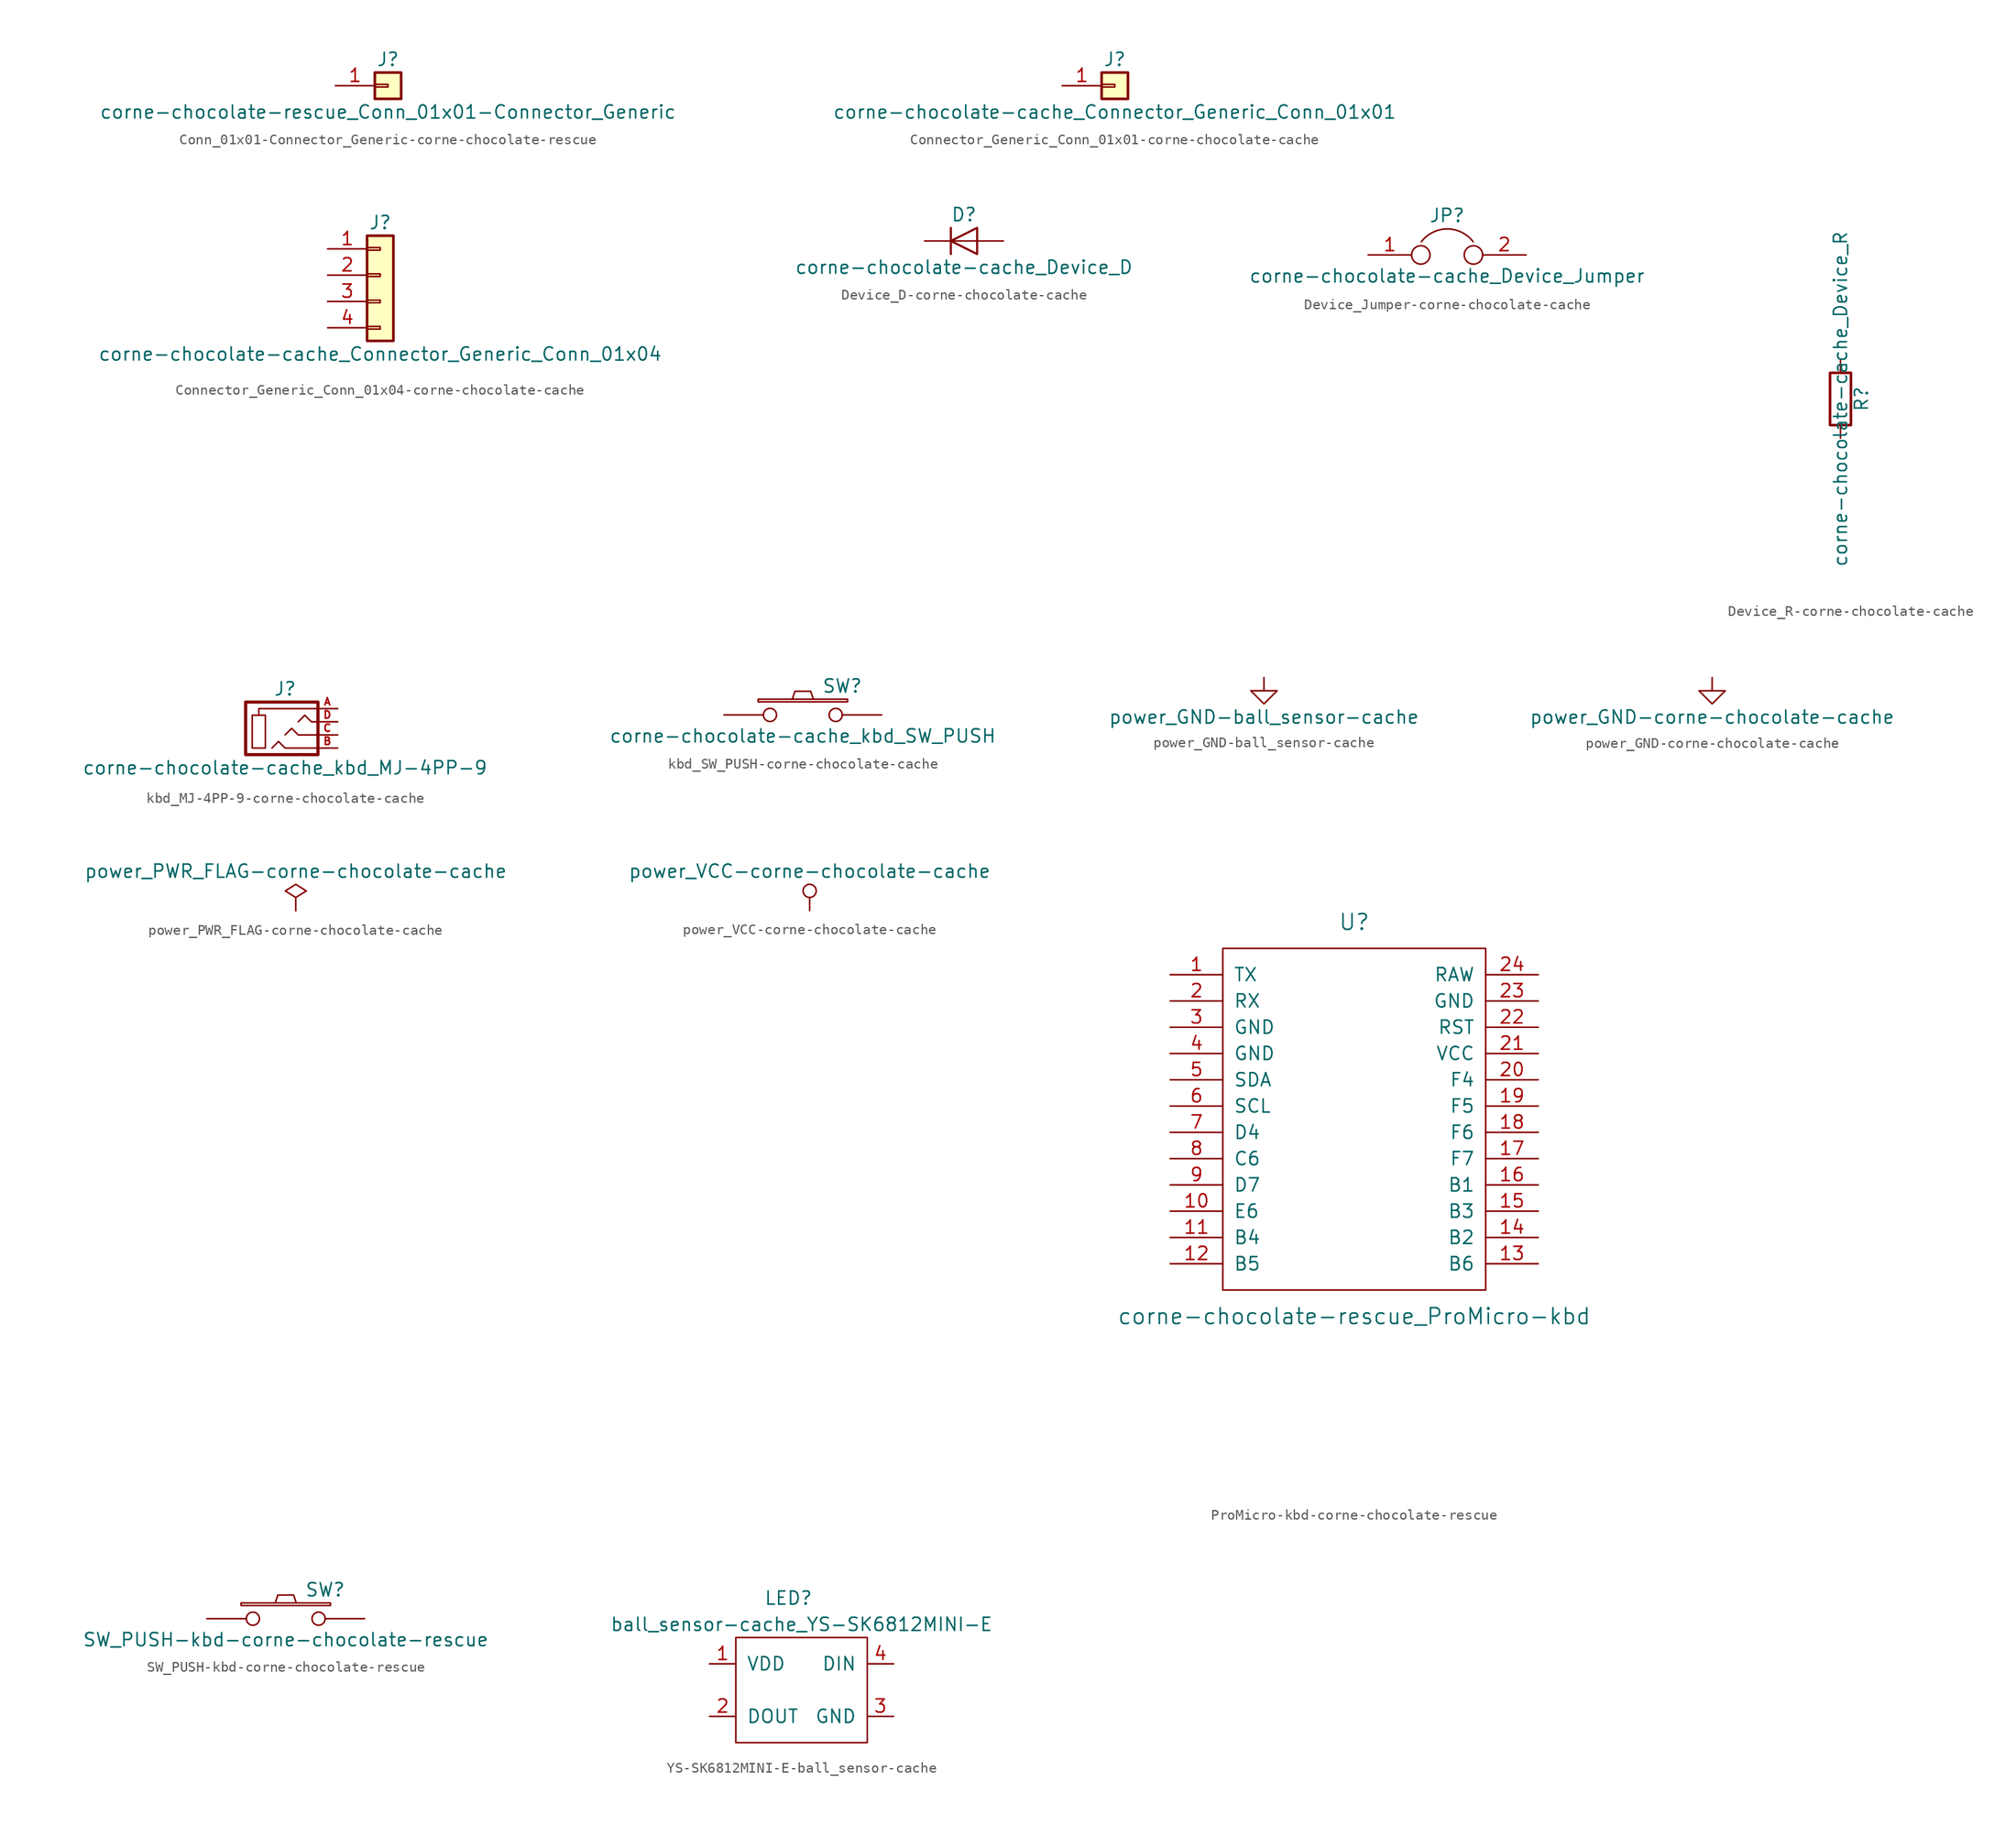
<source format=kicad_sym>
(kicad_symbol_lib
  (version 20220914)
  (generator kicad_symbol_editor)
  (symbol "Conn_01x01-Connector_Generic-corne-chocolate-rescue"
    (pin_names
      (offset 1.016) hide)
    (property "Reference" "J"
      (at 0 2.54 0)
      (effects (font (size 1.27 1.27))))
    (property "Value" "corne-chocolate-rescue_Conn_01x01-Connector_Generic"
      (at 0 -2.54 0)
      (effects (font (size 1.27 1.27))))
    (symbol "Conn_01x01-Connector_Generic-corne-chocolate-rescue_1_1"
      (rectangle (start -1.27 0.127) (end 0 -0.127) (stroke (width 0.152) (type solid)) (fill (type none)))
      (rectangle (start -1.27 1.27) (end 1.27 -1.27) (stroke (width 0.254) (type solid)) (fill (type background)))
      (pin passive line (at -5.08 0 0) (length 3.81) (name "Pin_1" (effects (font (size 1.27 1.27)))) (number "1" (effects (font (size 1.27 1.27)))))))
  (symbol "Connector_Generic_Conn_01x01-corne-chocolate-cache"
    (pin_names
      (offset 1.016) hide)
    (property "Reference" "J"
      (at 0 2.54 0)
      (effects (font (size 1.27 1.27))))
    (property "Value" "corne-chocolate-cache_Connector_Generic_Conn_01x01"
      (at 0 -2.54 0)
      (effects (font (size 1.27 1.27))))
    (symbol "Connector_Generic_Conn_01x01-corne-chocolate-cache_1_1"
      (rectangle (start -1.27 0.127) (end 0 -0.127) (stroke (width 0.152) (type solid)) (fill (type none)))
      (rectangle (start -1.27 1.27) (end 1.27 -1.27) (stroke (width 0.254) (type solid)) (fill (type background)))
      (pin passive line (at -5.08 0 0) (length 3.81) (name "Pin_1" (effects (font (size 1.27 1.27)))) (number "1" (effects (font (size 1.27 1.27)))))))
  (symbol "Connector_Generic_Conn_01x04-corne-chocolate-cache"
    (pin_names
      (offset 1.016) hide)
    (property "Reference" "J"
      (at 0 5.08 0)
      (effects (font (size 1.27 1.27))))
    (property "Value" "corne-chocolate-cache_Connector_Generic_Conn_01x04"
      (at 0 -7.62 0)
      (effects (font (size 1.27 1.27))))
    (symbol "Connector_Generic_Conn_01x04-corne-chocolate-cache_1_1"
      (rectangle (start -1.27 -4.953) (end 0 -5.207) (stroke (width 0.152) (type solid)) (fill (type none)))
      (rectangle (start -1.27 -2.413) (end 0 -2.667) (stroke (width 0.152) (type solid)) (fill (type none)))
      (rectangle (start -1.27 0.127) (end 0 -0.127) (stroke (width 0.152) (type solid)) (fill (type none)))
      (rectangle (start -1.27 2.667) (end 0 2.413) (stroke (width 0.152) (type solid)) (fill (type none)))
      (rectangle (start -1.27 3.81) (end 1.27 -6.35) (stroke (width 0.254) (type solid)) (fill (type background)))
      (pin passive line (at -5.08 2.54 0) (length 3.81) (name "Pin_1" (effects (font (size 1.27 1.27)))) (number "1" (effects (font (size 1.27 1.27)))))
      (pin passive line (at -5.08 0 0) (length 3.81) (name "Pin_2" (effects (font (size 1.27 1.27)))) (number "2" (effects (font (size 1.27 1.27)))))
      (pin passive line (at -5.08 -2.54 0) (length 3.81) (name "Pin_3" (effects (font (size 1.27 1.27)))) (number "3" (effects (font (size 1.27 1.27)))))
      (pin passive line (at -5.08 -5.08 0) (length 3.81) (name "Pin_4" (effects (font (size 1.27 1.27)))) (number "4" (effects (font (size 1.27 1.27)))))))
  (symbol "Device_D-corne-chocolate-cache"
    (pin_numbers hide)
    (pin_names
      (offset 1.016) hide)
    (property "Reference" "D"
      (at 0 2.54 0)
      (effects (font (size 1.27 1.27))))
    (property "Value" "corne-chocolate-cache_Device_D"
      (at 0 -2.54 0)
      (effects (font (size 1.27 1.27))))
    (symbol "Device_D-corne-chocolate-cache_0_1"
      (polyline (pts (xy -1.27 1.27) (xy -1.27 -1.27)) (stroke (width 0.203) (type solid)) (fill (type none)))
      (polyline (pts (xy 1.27 0) (xy -1.27 0)) (stroke (width 0) (type solid)) (fill (type none)))
      (polyline (pts (xy 1.27 1.27) (xy 1.27 -1.27) (xy -1.27 0) (xy 1.27 1.27)) (stroke (width 0.203) (type solid)) (fill (type none))))
    (symbol "Device_D-corne-chocolate-cache_1_1"
      (pin passive line (at -3.81 0 0) (length 2.54) (name "K" (effects (font (size 1.27 1.27)))) (number "1" (effects (font (size 1.27 1.27)))))
      (pin passive line (at 3.81 0 180) (length 2.54) (name "A" (effects (font (size 1.27 1.27)))) (number "2" (effects (font (size 1.27 1.27)))))))
  (symbol "Device_Jumper-corne-chocolate-cache"
    (pin_names
      (offset 0.762) hide)
    (property "Reference" "JP"
      (at 0 3.81 0)
      (effects (font (size 1.27 1.27))))
    (property "Value" "corne-chocolate-cache_Device_Jumper"
      (at 0 -2.032 0)
      (effects (font (size 1.27 1.27))))
    (symbol "Device_Jumper-corne-chocolate-cache_0_1"
      (circle (center -2.54 0) (radius 0.889) (stroke (width 0) (type solid)) (fill (type none)))
      (arc (start 2.5146 1.27) (mid 0.0078 2.5097) (end -2.4892 1.27) (stroke (width 0) (type solid)) (fill (type none)))
      (circle (center 2.54 0) (radius 0.889) (stroke (width 0) (type solid)) (fill (type none)))
      (pin passive line (at -7.62 0 0) (length 4.191) (name "1" (effects (font (size 1.27 1.27)))) (number "1" (effects (font (size 1.27 1.27)))))
      (pin passive line (at 7.62 0 180) (length 4.191) (name "2" (effects (font (size 1.27 1.27)))) (number "2" (effects (font (size 1.27 1.27)))))))
  (symbol "Device_R-corne-chocolate-cache"
    (pin_numbers hide)
    (pin_names
      (offset 0))
    (property "Reference" "R"
      (at 2.032 0 90)
      (effects (font (size 1.27 1.27))))
    (property "Value" "corne-chocolate-cache_Device_R"
      (at 0 0 90)
      (effects (font (size 1.27 1.27))))
    (symbol "Device_R-corne-chocolate-cache_0_1"
      (rectangle (start -1.016 -2.54) (end 1.016 2.54) (stroke (width 0.254) (type solid)) (fill (type none))))
    (symbol "Device_R-corne-chocolate-cache_1_1"
      (pin passive line (at 0 3.81 270) (length 1.27) (name "~" (effects (font (size 1.27 1.27)))) (number "1" (effects (font (size 1.27 1.27)))))
      (pin passive line (at 0 -3.81 90) (length 1.27) (name "~" (effects (font (size 1.27 1.27)))) (number "2" (effects (font (size 1.27 1.27)))))))
  (symbol "kbd_MJ-4PP-9-corne-chocolate-cache"
    (pin_names
      (offset 1.016))
    (property "Reference" "J"
      (at 0 3.81 0)
      (effects (font (size 1.27 1.27))))
    (property "Value" "corne-chocolate-cache_kbd_MJ-4PP-9"
      (at 0 -3.81 0)
      (effects (font (size 1.27 1.27))))
    (symbol "kbd_MJ-4PP-9-corne-chocolate-cache_0_1"
      (rectangle (start -1.905 -1.905) (end -3.175 1.27) (stroke (width 0) (type solid)) (fill (type none)))
      (polyline (pts (xy -2.54 1.27) (xy -2.54 1.905) (xy 3.175 1.905)) (stroke (width 0) (type solid)) (fill (type none)))
      (polyline (pts (xy -1.27 -1.905) (xy -0.635 -1.27) (xy 0 -1.905) (xy 3.175 -1.905)) (stroke (width 0) (type solid)) (fill (type none)))
      (polyline (pts (xy 0 -0.635) (xy 0.635 0) (xy 1.27 -0.635) (xy 3.175 -0.635)) (stroke (width 0) (type solid)) (fill (type none)))
      (polyline (pts (xy 1.27 0.635) (xy 1.905 1.27) (xy 2.54 0.635) (xy 3.175 0.635)) (stroke (width 0) (type solid)) (fill (type none)))
      (rectangle (start 3.175 2.54) (end -3.81 -2.54) (stroke (width 0.305) (type solid)) (fill (type none))))
    (symbol "kbd_MJ-4PP-9-corne-chocolate-cache_1_1"
      (pin input line (at 5.08 1.905 180) (length 2.007) (name "~" (effects (font (size 0.508 0.508)))) (number "A" (effects (font (size 0.711 0.711)))))
      (pin input line (at 5.08 -1.905 180) (length 2.007) (name "~" (effects (font (size 0.508 0.508)))) (number "B" (effects (font (size 0.711 0.711)))))
      (pin input line (at 5.08 -0.635 180) (length 2.007) (name "~" (effects (font (size 0.508 0.508)))) (number "C" (effects (font (size 0.711 0.711)))))
      (pin input line (at 5.08 0.635 180) (length 2.007) (name "~" (effects (font (size 0.508 0.508)))) (number "D" (effects (font (size 0.711 0.711)))))))
  (symbol "kbd_SW_PUSH-corne-chocolate-cache"
    (pin_numbers hide)
    (pin_names
      (offset 1.016) hide)
    (property "Reference" "SW"
      (at 3.81 2.794 0)
      (effects (font (size 1.27 1.27))))
    (property "Value" "corne-chocolate-cache_kbd_SW_PUSH"
      (at 0 -2.032 0)
      (effects (font (size 1.27 1.27))))
    (property "Footprint" ""
      (at 0 0 0)
      (effects (font (size 1.27 1.27))))
    (property "Datasheet" ""
      (at 0 0 0)
      (effects (font (size 1.27 1.27))))
    (symbol "kbd_SW_PUSH-corne-chocolate-cache_0_1"
      (rectangle (start -4.318 1.27) (end 4.318 1.524) (stroke (width 0) (type solid)) (fill (type none)))
      (polyline (pts (xy -1.016 1.524) (xy -0.762 2.286) (xy 0.762 2.286) (xy 1.016 1.524)) (stroke (width 0) (type solid)) (fill (type none)))
      (pin passive inverted (at -7.62 0 0) (length 5.08) (name "1" (effects (font (size 1.27 1.27)))) (number "1" (effects (font (size 1.27 1.27)))))
      (pin passive inverted (at 7.62 0 180) (length 5.08) (name "2" (effects (font (size 1.27 1.27)))) (number "2" (effects (font (size 1.27 1.27)))))))
  (symbol "power_GND-ball_sensor-cache"
    (power)
    (pin_names
      (offset 0))
    (property "Reference" "#PWR"
      (at 0 -6.35 0)
      (effects (font (size 1.27 1.27)) hide))
    (property "Value" "power_GND-ball_sensor-cache"
      (at 0 -3.81 0)
      (effects (font (size 1.27 1.27))))
    (symbol "power_GND-ball_sensor-cache_0_1"
      (polyline (pts (xy 0 0) (xy 0 -1.27) (xy 1.27 -1.27) (xy 0 -2.54) (xy -1.27 -1.27) (xy 0 -1.27)) (stroke (width 0) (type solid)) (fill (type none))))
    (symbol "power_GND-ball_sensor-cache_1_1"
      (pin power_in line (at 0 0 270) (length 0) hide (name "GND" (effects (font (size 1.27 1.27)))) (number "1" (effects (font (size 1.27 1.27)))))))
  (symbol "power_GND-corne-chocolate-cache"
    (power)
    (pin_names
      (offset 0))
    (property "Reference" "#PWR"
      (at 0 -6.35 0)
      (effects (font (size 1.27 1.27)) hide))
    (property "Value" "power_GND-corne-chocolate-cache"
      (at 0 -3.81 0)
      (effects (font (size 1.27 1.27))))
    (symbol "power_GND-corne-chocolate-cache_0_1"
      (polyline (pts (xy 0 0) (xy 0 -1.27) (xy 1.27 -1.27) (xy 0 -2.54) (xy -1.27 -1.27) (xy 0 -1.27)) (stroke (width 0) (type solid)) (fill (type none))))
    (symbol "power_GND-corne-chocolate-cache_1_1"
      (pin power_in line (at 0 0 270) (length 0) hide (name "GND" (effects (font (size 1.27 1.27)))) (number "1" (effects (font (size 1.27 1.27)))))))
  (symbol "power_PWR_FLAG-corne-chocolate-cache"
    (power)
    (pin_numbers hide)
    (pin_names
      (offset 0) hide)
    (property "Reference" "#FLG"
      (at 0 1.905 0)
      (effects (font (size 1.27 1.27)) hide))
    (property "Value" "power_PWR_FLAG-corne-chocolate-cache"
      (at 0 3.81 0)
      (effects (font (size 1.27 1.27))))
    (symbol "power_PWR_FLAG-corne-chocolate-cache_0_0"
      (pin power_out line (at 0 0 90) (length 0) (name "pwr" (effects (font (size 1.27 1.27)))) (number "1" (effects (font (size 1.27 1.27))))))
    (symbol "power_PWR_FLAG-corne-chocolate-cache_0_1"
      (polyline (pts (xy 0 0) (xy 0 1.27) (xy -1.016 1.905) (xy 0 2.54) (xy 1.016 1.905) (xy 0 1.27)) (stroke (width 0) (type solid)) (fill (type none)))))
  (symbol "power_VCC-corne-chocolate-cache"
    (power)
    (pin_names
      (offset 0))
    (property "Reference" "#PWR"
      (at 0 -3.81 0)
      (effects (font (size 1.27 1.27)) hide))
    (property "Value" "power_VCC-corne-chocolate-cache"
      (at 0 3.81 0)
      (effects (font (size 1.27 1.27))))
    (symbol "power_VCC-corne-chocolate-cache_0_1"
      (polyline (pts (xy 0 0) (xy 0 1.27)) (stroke (width 0) (type solid)) (fill (type none)))
      (circle (center 0 1.905) (radius 0.635) (stroke (width 0) (type solid)) (fill (type none))))
    (symbol "power_VCC-corne-chocolate-cache_1_1"
      (pin power_in line (at 0 0 90) (length 0) hide (name "VCC" (effects (font (size 1.27 1.27)))) (number "1" (effects (font (size 1.27 1.27)))))))
  (symbol "ProMicro-kbd-corne-chocolate-rescue"
    (pin_names
      (offset 1.016))
    (property "Reference" "U"
      (at 0 24.13 0)
      (effects (font (size 1.524 1.524))))
    (property "Value" "corne-chocolate-rescue_ProMicro-kbd"
      (at 0 -13.97 0)
      (effects (font (size 1.524 1.524))))
    (property "Footprint" ""
      (at 2.54 -26.67 0)
      (effects (font (size 1.524 1.524))))
    (property "Datasheet" ""
      (at 2.54 -26.67 0)
      (effects (font (size 1.524 1.524))))
    (symbol "ProMicro-kbd-corne-chocolate-rescue_0_1"
      (rectangle (start -12.7 21.59) (end 12.7 -11.43) (stroke (width 0) (type solid)) (fill (type none))))
    (symbol "ProMicro-kbd-corne-chocolate-rescue_1_1"
      (pin bidirectional line (at -17.78 19.05 0) (length 5.08) (name "TX" (effects (font (size 1.27 1.27)))) (number "1" (effects (font (size 1.27 1.27)))))
      (pin bidirectional line (at -17.78 -3.81 0) (length 5.08) (name "E6" (effects (font (size 1.27 1.27)))) (number "10" (effects (font (size 1.27 1.27)))))
      (pin bidirectional line (at -17.78 -6.35 0) (length 5.08) (name "B4" (effects (font (size 1.27 1.27)))) (number "11" (effects (font (size 1.27 1.27)))))
      (pin bidirectional line (at -17.78 -8.89 0) (length 5.08) (name "B5" (effects (font (size 1.27 1.27)))) (number "12" (effects (font (size 1.27 1.27)))))
      (pin bidirectional line (at 17.78 -8.89 180) (length 5.08) (name "B6" (effects (font (size 1.27 1.27)))) (number "13" (effects (font (size 1.27 1.27)))))
      (pin bidirectional line (at 17.78 -6.35 180) (length 5.08) (name "B2" (effects (font (size 1.27 1.27)))) (number "14" (effects (font (size 1.27 1.27)))))
      (pin bidirectional line (at 17.78 -3.81 180) (length 5.08) (name "B3" (effects (font (size 1.27 1.27)))) (number "15" (effects (font (size 1.27 1.27)))))
      (pin bidirectional line (at 17.78 -1.27 180) (length 5.08) (name "B1" (effects (font (size 1.27 1.27)))) (number "16" (effects (font (size 1.27 1.27)))))
      (pin bidirectional line (at 17.78 1.27 180) (length 5.08) (name "F7" (effects (font (size 1.27 1.27)))) (number "17" (effects (font (size 1.27 1.27)))))
      (pin bidirectional line (at 17.78 3.81 180) (length 5.08) (name "F6" (effects (font (size 1.27 1.27)))) (number "18" (effects (font (size 1.27 1.27)))))
      (pin bidirectional line (at 17.78 6.35 180) (length 5.08) (name "F5" (effects (font (size 1.27 1.27)))) (number "19" (effects (font (size 1.27 1.27)))))
      (pin bidirectional line (at -17.78 16.51 0) (length 5.08) (name "RX" (effects (font (size 1.27 1.27)))) (number "2" (effects (font (size 1.27 1.27)))))
      (pin bidirectional line (at 17.78 8.89 180) (length 5.08) (name "F4" (effects (font (size 1.27 1.27)))) (number "20" (effects (font (size 1.27 1.27)))))
      (pin power_in line (at 17.78 11.43 180) (length 5.08) (name "VCC" (effects (font (size 1.27 1.27)))) (number "21" (effects (font (size 1.27 1.27)))))
      (pin input line (at 17.78 13.97 180) (length 5.08) (name "RST" (effects (font (size 1.27 1.27)))) (number "22" (effects (font (size 1.27 1.27)))))
      (pin power_in line (at 17.78 16.51 180) (length 5.08) (name "GND" (effects (font (size 1.27 1.27)))) (number "23" (effects (font (size 1.27 1.27)))))
      (pin power_out line (at 17.78 19.05 180) (length 5.08) (name "RAW" (effects (font (size 1.27 1.27)))) (number "24" (effects (font (size 1.27 1.27)))))
      (pin power_in line (at -17.78 13.97 0) (length 5.08) (name "GND" (effects (font (size 1.27 1.27)))) (number "3" (effects (font (size 1.27 1.27)))))
      (pin power_in line (at -17.78 11.43 0) (length 5.08) (name "GND" (effects (font (size 1.27 1.27)))) (number "4" (effects (font (size 1.27 1.27)))))
      (pin bidirectional line (at -17.78 8.89 0) (length 5.08) (name "SDA" (effects (font (size 1.27 1.27)))) (number "5" (effects (font (size 1.27 1.27)))))
      (pin bidirectional line (at -17.78 6.35 0) (length 5.08) (name "SCL" (effects (font (size 1.27 1.27)))) (number "6" (effects (font (size 1.27 1.27)))))
      (pin bidirectional line (at -17.78 3.81 0) (length 5.08) (name "D4" (effects (font (size 1.27 1.27)))) (number "7" (effects (font (size 1.27 1.27)))))
      (pin bidirectional line (at -17.78 1.27 0) (length 5.08) (name "C6" (effects (font (size 1.27 1.27)))) (number "8" (effects (font (size 1.27 1.27)))))
      (pin bidirectional line (at -17.78 -1.27 0) (length 5.08) (name "D7" (effects (font (size 1.27 1.27)))) (number "9" (effects (font (size 1.27 1.27)))))))
  (symbol "SW_PUSH-kbd-corne-chocolate-rescue"
    (pin_numbers hide)
    (pin_names
      (offset 1.016) hide)
    (property "Reference" "SW"
      (at 3.81 2.794 0)
      (effects (font (size 1.27 1.27))))
    (property "Value" "SW_PUSH-kbd-corne-chocolate-rescue"
      (at 0 -2.032 0)
      (effects (font (size 1.27 1.27))))
    (property "Footprint" ""
      (at 0 0 0)
      (effects (font (size 1.27 1.27))))
    (property "Datasheet" ""
      (at 0 0 0)
      (effects (font (size 1.27 1.27))))
    (symbol "SW_PUSH-kbd-corne-chocolate-rescue_0_1"
      (rectangle (start -4.318 1.27) (end 4.318 1.524) (stroke (width 0) (type solid)) (fill (type none)))
      (polyline (pts (xy -1.016 1.524) (xy -0.762 2.286) (xy 0.762 2.286) (xy 1.016 1.524)) (stroke (width 0) (type solid)) (fill (type none)))
      (pin passive inverted (at -7.62 0 0) (length 5.08) (name "1" (effects (font (size 1.27 1.27)))) (number "1" (effects (font (size 1.27 1.27)))))
      (pin passive inverted (at 7.62 0 180) (length 5.08) (name "2" (effects (font (size 1.27 1.27)))) (number "2" (effects (font (size 1.27 1.27)))))))
  (symbol "YS-SK6812MINI-E-ball_sensor-cache"
    (pin_names
      (offset 1.016))
    (property "Reference" "LED"
      (at -1.27 8.89 0)
      (effects (font (size 1.27 1.27))))
    (property "Value" "ball_sensor-cache_YS-SK6812MINI-E"
      (at 0 6.35 0)
      (effects (font (size 1.27 1.27))))
    (symbol "YS-SK6812MINI-E-ball_sensor-cache_0_1"
      (rectangle (start -6.35 5.08) (end 6.35 -5.08) (stroke (width 0) (type solid)) (fill (type none))))
    (symbol "YS-SK6812MINI-E-ball_sensor-cache_1_1"
      (pin input line (at -8.89 2.54 0) (length 2.54) (name "VDD" (effects (font (size 1.27 1.27)))) (number "1" (effects (font (size 1.27 1.27)))))
      (pin output line (at -8.89 -2.54 0) (length 2.54) (name "DOUT" (effects (font (size 1.27 1.27)))) (number "2" (effects (font (size 1.27 1.27)))))
      (pin output line (at 8.89 -2.54 180) (length 2.54) (name "GND" (effects (font (size 1.27 1.27)))) (number "3" (effects (font (size 1.27 1.27)))))
      (pin input line (at 8.89 2.54 180) (length 2.54) (name "DIN" (effects (font (size 1.27 1.27)))) (number "4" (effects (font (size 1.27 1.27))))))))
</source>
